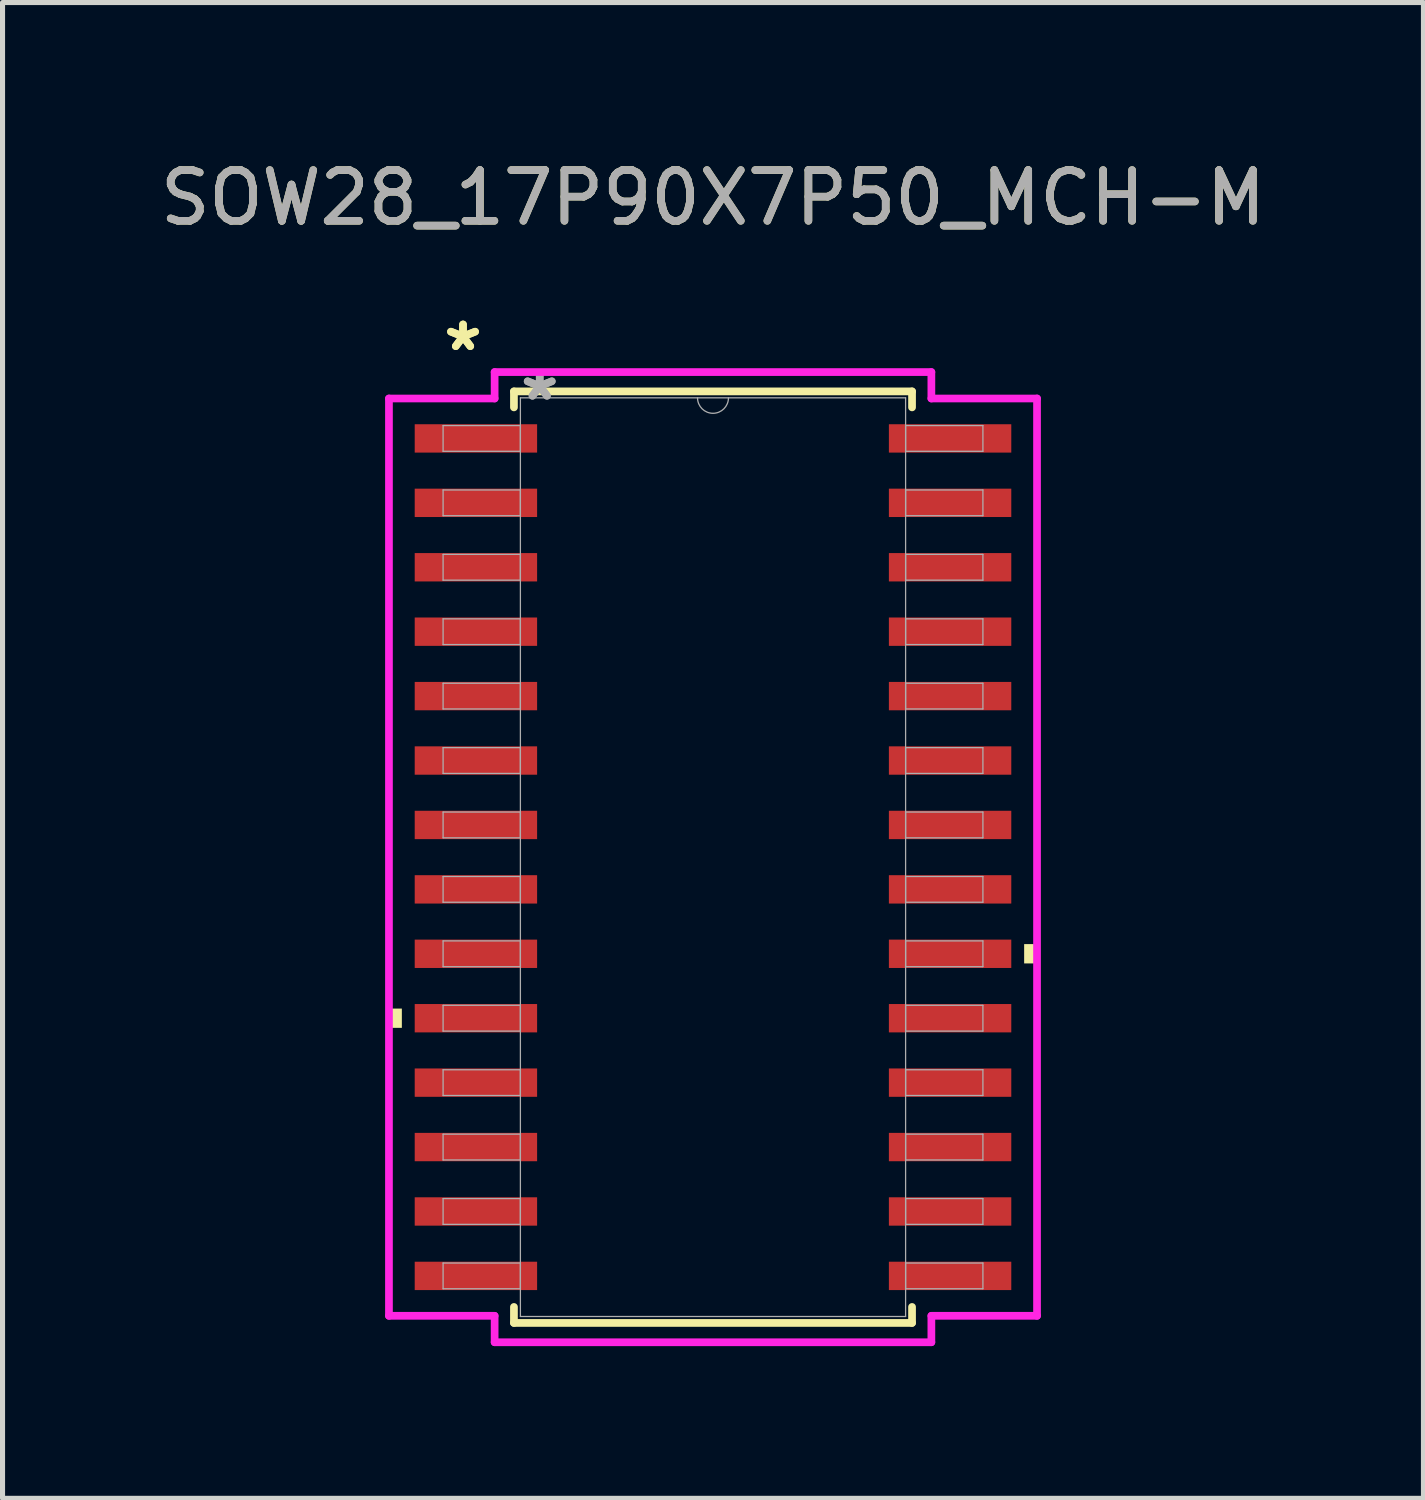
<source format=kicad_pcb>
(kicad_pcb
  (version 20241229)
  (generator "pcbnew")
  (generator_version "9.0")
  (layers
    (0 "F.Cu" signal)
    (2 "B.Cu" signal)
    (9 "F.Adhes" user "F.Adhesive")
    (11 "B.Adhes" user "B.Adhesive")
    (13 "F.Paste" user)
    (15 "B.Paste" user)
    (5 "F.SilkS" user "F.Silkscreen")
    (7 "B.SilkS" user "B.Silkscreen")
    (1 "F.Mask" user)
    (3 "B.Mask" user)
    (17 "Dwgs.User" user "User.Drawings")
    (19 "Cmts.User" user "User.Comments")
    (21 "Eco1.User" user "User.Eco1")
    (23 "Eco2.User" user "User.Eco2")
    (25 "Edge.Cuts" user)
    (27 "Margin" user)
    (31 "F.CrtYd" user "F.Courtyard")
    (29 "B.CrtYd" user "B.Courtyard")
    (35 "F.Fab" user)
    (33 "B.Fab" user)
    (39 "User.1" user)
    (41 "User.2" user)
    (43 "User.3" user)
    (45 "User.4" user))
  (footprint "SOW28_17P90X7P50_MCH-M"
    (layer "F.Cu")
    (at 11.006 13.848)
    (property "Reference" "SOW28_17P90X7P50_MCH-M" (at 0 -13 0) (unlocked yes) (layer "F.SilkS") (effects (font (size 1 1) (thickness 0.15))))
    (attr smd)
    (fp_line (start -3.924 -9.182) (end -3.924 -8.867) (stroke (width 0.152) (type solid)) (layer "F.SilkS"))
    (fp_line (start -3.924 8.867) (end -3.924 9.182) (stroke (width 0.152) (type solid)) (layer "F.SilkS"))
    (fp_line (start -3.924 9.182) (end 3.924 9.182) (stroke (width 0.152) (type solid)) (layer "F.SilkS"))
    (fp_line (start 3.924 -9.182) (end -3.924 -9.182) (stroke (width 0.152) (type solid)) (layer "F.SilkS"))
    (fp_line (start 3.924 -8.867) (end 3.924 -9.182) (stroke (width 0.152) (type solid)) (layer "F.SilkS"))
    (fp_line (start 3.924 9.182) (end 3.924 8.867) (stroke (width 0.152) (type solid)) (layer "F.SilkS"))
    (fp_poly (pts (xy -6.388 2.985) (xy -6.388 3.365) (xy -6.134 3.365) (xy -6.134 2.985)) (stroke (width 0) (type solid)) (fill yes) (layer "F.SilkS"))
    (fp_poly (pts (xy 6.388 1.714) (xy 6.388 2.095) (xy 6.134 2.095) (xy 6.134 1.714)) (stroke (width 0) (type solid)) (fill yes) (layer "F.SilkS"))
    (fp_line (start -6.388 -9.042) (end -4.305 -9.042) (stroke (width 0.152) (type solid)) (layer "F.CrtYd"))
    (fp_line (start -6.388 9.042) (end -6.388 -9.042) (stroke (width 0.152) (type solid)) (layer "F.CrtYd"))
    (fp_line (start -6.388 9.042) (end -4.305 9.042) (stroke (width 0.152) (type solid)) (layer "F.CrtYd"))
    (fp_line (start -4.305 -9.563) (end 4.305 -9.563) (stroke (width 0.152) (type solid)) (layer "F.CrtYd"))
    (fp_line (start -4.305 -9.042) (end -4.305 -9.563) (stroke (width 0.152) (type solid)) (layer "F.CrtYd"))
    (fp_line (start -4.305 9.563) (end -4.305 9.042) (stroke (width 0.152) (type solid)) (layer "F.CrtYd"))
    (fp_line (start 4.305 -9.563) (end 4.305 -9.042) (stroke (width 0.152) (type solid)) (layer "F.CrtYd"))
    (fp_line (start 4.305 9.042) (end 4.305 9.563) (stroke (width 0.152) (type solid)) (layer "F.CrtYd"))
    (fp_line (start 4.305 9.563) (end -4.305 9.563) (stroke (width 0.152) (type solid)) (layer "F.CrtYd"))
    (fp_line (start 6.388 -9.042) (end 4.305 -9.042) (stroke (width 0.152) (type solid)) (layer "F.CrtYd"))
    (fp_line (start 6.388 -9.042) (end 6.388 9.042) (stroke (width 0.152) (type solid)) (layer "F.CrtYd"))
    (fp_line (start 6.388 9.042) (end 4.305 9.042) (stroke (width 0.152) (type solid)) (layer "F.CrtYd"))
    (fp_line (start -5.321 -8.509) (end -5.321 -8.001) (stroke (width 0.025) (type solid)) (layer "F.Fab"))
    (fp_line (start -5.321 -8.001) (end -3.797 -8.001) (stroke (width 0.025) (type solid)) (layer "F.Fab"))
    (fp_line (start -5.321 -7.239) (end -5.321 -6.731) (stroke (width 0.025) (type solid)) (layer "F.Fab"))
    (fp_line (start -5.321 -6.731) (end -3.797 -6.731) (stroke (width 0.025) (type solid)) (layer "F.Fab"))
    (fp_line (start -5.321 -5.969) (end -5.321 -5.461) (stroke (width 0.025) (type solid)) (layer "F.Fab"))
    (fp_line (start -5.321 -5.461) (end -3.797 -5.461) (stroke (width 0.025) (type solid)) (layer "F.Fab"))
    (fp_line (start -5.321 -4.699) (end -5.321 -4.191) (stroke (width 0.025) (type solid)) (layer "F.Fab"))
    (fp_line (start -5.321 -4.191) (end -3.797 -4.191) (stroke (width 0.025) (type solid)) (layer "F.Fab"))
    (fp_line (start -5.321 -3.429) (end -5.321 -2.921) (stroke (width 0.025) (type solid)) (layer "F.Fab"))
    (fp_line (start -5.321 -2.921) (end -3.797 -2.921) (stroke (width 0.025) (type solid)) (layer "F.Fab"))
    (fp_line (start -5.321 -2.159) (end -5.321 -1.651) (stroke (width 0.025) (type solid)) (layer "F.Fab"))
    (fp_line (start -5.321 -1.651) (end -3.797 -1.651) (stroke (width 0.025) (type solid)) (layer "F.Fab"))
    (fp_line (start -5.321 -0.889) (end -5.321 -0.381) (stroke (width 0.025) (type solid)) (layer "F.Fab"))
    (fp_line (start -5.321 -0.381) (end -3.797 -0.381) (stroke (width 0.025) (type solid)) (layer "F.Fab"))
    (fp_line (start -5.321 0.381) (end -5.321 0.889) (stroke (width 0.025) (type solid)) (layer "F.Fab"))
    (fp_line (start -5.321 0.889) (end -3.797 0.889) (stroke (width 0.025) (type solid)) (layer "F.Fab"))
    (fp_line (start -5.321 1.651) (end -5.321 2.159) (stroke (width 0.025) (type solid)) (layer "F.Fab"))
    (fp_line (start -5.321 2.159) (end -3.797 2.159) (stroke (width 0.025) (type solid)) (layer "F.Fab"))
    (fp_line (start -5.321 2.921) (end -5.321 3.429) (stroke (width 0.025) (type solid)) (layer "F.Fab"))
    (fp_line (start -5.321 3.429) (end -3.797 3.429) (stroke (width 0.025) (type solid)) (layer "F.Fab"))
    (fp_line (start -5.321 4.191) (end -5.321 4.699) (stroke (width 0.025) (type solid)) (layer "F.Fab"))
    (fp_line (start -5.321 4.699) (end -3.797 4.699) (stroke (width 0.025) (type solid)) (layer "F.Fab"))
    (fp_line (start -5.321 5.461) (end -5.321 5.969) (stroke (width 0.025) (type solid)) (layer "F.Fab"))
    (fp_line (start -5.321 5.969) (end -3.797 5.969) (stroke (width 0.025) (type solid)) (layer "F.Fab"))
    (fp_line (start -5.321 6.731) (end -5.321 7.239) (stroke (width 0.025) (type solid)) (layer "F.Fab"))
    (fp_line (start -5.321 7.239) (end -3.797 7.239) (stroke (width 0.025) (type solid)) (layer "F.Fab"))
    (fp_line (start -5.321 8.001) (end -5.321 8.509) (stroke (width 0.025) (type solid)) (layer "F.Fab"))
    (fp_line (start -5.321 8.509) (end -3.797 8.509) (stroke (width 0.025) (type solid)) (layer "F.Fab"))
    (fp_line (start -3.797 -9.055) (end -3.797 9.055) (stroke (width 0.025) (type solid)) (layer "F.Fab"))
    (fp_line (start -3.797 -8.509) (end -5.321 -8.509) (stroke (width 0.025) (type solid)) (layer "F.Fab"))
    (fp_line (start -3.797 -8.001) (end -3.797 -8.509) (stroke (width 0.025) (type solid)) (layer "F.Fab"))
    (fp_line (start -3.797 -7.239) (end -5.321 -7.239) (stroke (width 0.025) (type solid)) (layer "F.Fab"))
    (fp_line (start -3.797 -6.731) (end -3.797 -7.239) (stroke (width 0.025) (type solid)) (layer "F.Fab"))
    (fp_line (start -3.797 -5.969) (end -5.321 -5.969) (stroke (width 0.025) (type solid)) (layer "F.Fab"))
    (fp_line (start -3.797 -5.461) (end -3.797 -5.969) (stroke (width 0.025) (type solid)) (layer "F.Fab"))
    (fp_line (start -3.797 -4.699) (end -5.321 -4.699) (stroke (width 0.025) (type solid)) (layer "F.Fab"))
    (fp_line (start -3.797 -4.191) (end -3.797 -4.699) (stroke (width 0.025) (type solid)) (layer "F.Fab"))
    (fp_line (start -3.797 -3.429) (end -5.321 -3.429) (stroke (width 0.025) (type solid)) (layer "F.Fab"))
    (fp_line (start -3.797 -2.921) (end -3.797 -3.429) (stroke (width 0.025) (type solid)) (layer "F.Fab"))
    (fp_line (start -3.797 -2.159) (end -5.321 -2.159) (stroke (width 0.025) (type solid)) (layer "F.Fab"))
    (fp_line (start -3.797 -1.651) (end -3.797 -2.159) (stroke (width 0.025) (type solid)) (layer "F.Fab"))
    (fp_line (start -3.797 -0.889) (end -5.321 -0.889) (stroke (width 0.025) (type solid)) (layer "F.Fab"))
    (fp_line (start -3.797 -0.381) (end -3.797 -0.889) (stroke (width 0.025) (type solid)) (layer "F.Fab"))
    (fp_line (start -3.797 0.381) (end -5.321 0.381) (stroke (width 0.025) (type solid)) (layer "F.Fab"))
    (fp_line (start -3.797 0.889) (end -3.797 0.381) (stroke (width 0.025) (type solid)) (layer "F.Fab"))
    (fp_line (start -3.797 1.651) (end -5.321 1.651) (stroke (width 0.025) (type solid)) (layer "F.Fab"))
    (fp_line (start -3.797 2.159) (end -3.797 1.651) (stroke (width 0.025) (type solid)) (layer "F.Fab"))
    (fp_line (start -3.797 2.921) (end -5.321 2.921) (stroke (width 0.025) (type solid)) (layer "F.Fab"))
    (fp_line (start -3.797 3.429) (end -3.797 2.921) (stroke (width 0.025) (type solid)) (layer "F.Fab"))
    (fp_line (start -3.797 4.191) (end -5.321 4.191) (stroke (width 0.025) (type solid)) (layer "F.Fab"))
    (fp_line (start -3.797 4.699) (end -3.797 4.191) (stroke (width 0.025) (type solid)) (layer "F.Fab"))
    (fp_line (start -3.797 5.461) (end -5.321 5.461) (stroke (width 0.025) (type solid)) (layer "F.Fab"))
    (fp_line (start -3.797 5.969) (end -3.797 5.461) (stroke (width 0.025) (type solid)) (layer "F.Fab"))
    (fp_line (start -3.797 6.731) (end -5.321 6.731) (stroke (width 0.025) (type solid)) (layer "F.Fab"))
    (fp_line (start -3.797 7.239) (end -3.797 6.731) (stroke (width 0.025) (type solid)) (layer "F.Fab"))
    (fp_line (start -3.797 8.001) (end -5.321 8.001) (stroke (width 0.025) (type solid)) (layer "F.Fab"))
    (fp_line (start -3.797 8.509) (end -3.797 8.001) (stroke (width 0.025) (type solid)) (layer "F.Fab"))
    (fp_line (start -3.797 9.055) (end 3.797 9.055) (stroke (width 0.025) (type solid)) (layer "F.Fab"))
    (fp_line (start 3.797 -9.055) (end -3.797 -9.055) (stroke (width 0.025) (type solid)) (layer "F.Fab"))
    (fp_line (start 3.797 -8.509) (end 3.797 -8.001) (stroke (width 0.025) (type solid)) (layer "F.Fab"))
    (fp_line (start 3.797 -8.001) (end 5.321 -8.001) (stroke (width 0.025) (type solid)) (layer "F.Fab"))
    (fp_line (start 3.797 -7.239) (end 3.797 -6.731) (stroke (width 0.025) (type solid)) (layer "F.Fab"))
    (fp_line (start 3.797 -6.731) (end 5.321 -6.731) (stroke (width 0.025) (type solid)) (layer "F.Fab"))
    (fp_line (start 3.797 -5.969) (end 3.797 -5.461) (stroke (width 0.025) (type solid)) (layer "F.Fab"))
    (fp_line (start 3.797 -5.461) (end 5.321 -5.461) (stroke (width 0.025) (type solid)) (layer "F.Fab"))
    (fp_line (start 3.797 -4.699) (end 3.797 -4.191) (stroke (width 0.025) (type solid)) (layer "F.Fab"))
    (fp_line (start 3.797 -4.191) (end 5.321 -4.191) (stroke (width 0.025) (type solid)) (layer "F.Fab"))
    (fp_line (start 3.797 -3.429) (end 3.797 -2.921) (stroke (width 0.025) (type solid)) (layer "F.Fab"))
    (fp_line (start 3.797 -2.921) (end 5.321 -2.921) (stroke (width 0.025) (type solid)) (layer "F.Fab"))
    (fp_line (start 3.797 -2.159) (end 3.797 -1.651) (stroke (width 0.025) (type solid)) (layer "F.Fab"))
    (fp_line (start 3.797 -1.651) (end 5.321 -1.651) (stroke (width 0.025) (type solid)) (layer "F.Fab"))
    (fp_line (start 3.797 -0.889) (end 3.797 -0.381) (stroke (width 0.025) (type solid)) (layer "F.Fab"))
    (fp_line (start 3.797 -0.381) (end 5.321 -0.381) (stroke (width 0.025) (type solid)) (layer "F.Fab"))
    (fp_line (start 3.797 0.381) (end 3.797 0.889) (stroke (width 0.025) (type solid)) (layer "F.Fab"))
    (fp_line (start 3.797 0.889) (end 5.321 0.889) (stroke (width 0.025) (type solid)) (layer "F.Fab"))
    (fp_line (start 3.797 1.651) (end 3.797 2.159) (stroke (width 0.025) (type solid)) (layer "F.Fab"))
    (fp_line (start 3.797 2.159) (end 5.321 2.159) (stroke (width 0.025) (type solid)) (layer "F.Fab"))
    (fp_line (start 3.797 2.921) (end 3.797 3.429) (stroke (width 0.025) (type solid)) (layer "F.Fab"))
    (fp_line (start 3.797 3.429) (end 5.321 3.429) (stroke (width 0.025) (type solid)) (layer "F.Fab"))
    (fp_line (start 3.797 4.191) (end 3.797 4.699) (stroke (width 0.025) (type solid)) (layer "F.Fab"))
    (fp_line (start 3.797 4.699) (end 5.321 4.699) (stroke (width 0.025) (type solid)) (layer "F.Fab"))
    (fp_line (start 3.797 5.461) (end 3.797 5.969) (stroke (width 0.025) (type solid)) (layer "F.Fab"))
    (fp_line (start 3.797 5.969) (end 5.321 5.969) (stroke (width 0.025) (type solid)) (layer "F.Fab"))
    (fp_line (start 3.797 6.731) (end 3.797 7.239) (stroke (width 0.025) (type solid)) (layer "F.Fab"))
    (fp_line (start 3.797 7.239) (end 5.321 7.239) (stroke (width 0.025) (type solid)) (layer "F.Fab"))
    (fp_line (start 3.797 8.001) (end 3.797 8.509) (stroke (width 0.025) (type solid)) (layer "F.Fab"))
    (fp_line (start 3.797 8.509) (end 5.321 8.509) (stroke (width 0.025) (type solid)) (layer "F.Fab"))
    (fp_line (start 3.797 9.055) (end 3.797 -9.055) (stroke (width 0.025) (type solid)) (layer "F.Fab"))
    (fp_line (start 5.321 -8.509) (end 3.797 -8.509) (stroke (width 0.025) (type solid)) (layer "F.Fab"))
    (fp_line (start 5.321 -8.001) (end 5.321 -8.509) (stroke (width 0.025) (type solid)) (layer "F.Fab"))
    (fp_line (start 5.321 -7.239) (end 3.797 -7.239) (stroke (width 0.025) (type solid)) (layer "F.Fab"))
    (fp_line (start 5.321 -6.731) (end 5.321 -7.239) (stroke (width 0.025) (type solid)) (layer "F.Fab"))
    (fp_line (start 5.321 -5.969) (end 3.797 -5.969) (stroke (width 0.025) (type solid)) (layer "F.Fab"))
    (fp_line (start 5.321 -5.461) (end 5.321 -5.969) (stroke (width 0.025) (type solid)) (layer "F.Fab"))
    (fp_line (start 5.321 -4.699) (end 3.797 -4.699) (stroke (width 0.025) (type solid)) (layer "F.Fab"))
    (fp_line (start 5.321 -4.191) (end 5.321 -4.699) (stroke (width 0.025) (type solid)) (layer "F.Fab"))
    (fp_line (start 5.321 -3.429) (end 3.797 -3.429) (stroke (width 0.025) (type solid)) (layer "F.Fab"))
    (fp_line (start 5.321 -2.921) (end 5.321 -3.429) (stroke (width 0.025) (type solid)) (layer "F.Fab"))
    (fp_line (start 5.321 -2.159) (end 3.797 -2.159) (stroke (width 0.025) (type solid)) (layer "F.Fab"))
    (fp_line (start 5.321 -1.651) (end 5.321 -2.159) (stroke (width 0.025) (type solid)) (layer "F.Fab"))
    (fp_line (start 5.321 -0.889) (end 3.797 -0.889) (stroke (width 0.025) (type solid)) (layer "F.Fab"))
    (fp_line (start 5.321 -0.381) (end 5.321 -0.889) (stroke (width 0.025) (type solid)) (layer "F.Fab"))
    (fp_line (start 5.321 0.381) (end 3.797 0.381) (stroke (width 0.025) (type solid)) (layer "F.Fab"))
    (fp_line (start 5.321 0.889) (end 5.321 0.381) (stroke (width 0.025) (type solid)) (layer "F.Fab"))
    (fp_line (start 5.321 1.651) (end 3.797 1.651) (stroke (width 0.025) (type solid)) (layer "F.Fab"))
    (fp_line (start 5.321 2.159) (end 5.321 1.651) (stroke (width 0.025) (type solid)) (layer "F.Fab"))
    (fp_line (start 5.321 2.921) (end 3.797 2.921) (stroke (width 0.025) (type solid)) (layer "F.Fab"))
    (fp_line (start 5.321 3.429) (end 5.321 2.921) (stroke (width 0.025) (type solid)) (layer "F.Fab"))
    (fp_line (start 5.321 4.191) (end 3.797 4.191) (stroke (width 0.025) (type solid)) (layer "F.Fab"))
    (fp_line (start 5.321 4.699) (end 5.321 4.191) (stroke (width 0.025) (type solid)) (layer "F.Fab"))
    (fp_line (start 5.321 5.461) (end 3.797 5.461) (stroke (width 0.025) (type solid)) (layer "F.Fab"))
    (fp_line (start 5.321 5.969) (end 5.321 5.461) (stroke (width 0.025) (type solid)) (layer "F.Fab"))
    (fp_line (start 5.321 6.731) (end 3.797 6.731) (stroke (width 0.025) (type solid)) (layer "F.Fab"))
    (fp_line (start 5.321 7.239) (end 5.321 6.731) (stroke (width 0.025) (type solid)) (layer "F.Fab"))
    (fp_line (start 5.321 8.001) (end 3.797 8.001) (stroke (width 0.025) (type solid)) (layer "F.Fab"))
    (fp_line (start 5.321 8.509) (end 5.321 8.001) (stroke (width 0.025) (type solid)) (layer "F.Fab"))
    (fp_arc (start 0.3048 -9.0551) (mid 0 -8.7503) (end -0.3048 -9.0551) (stroke (width 0.0254) (type solid)) (layer "F.Fab"))
    (fp_text user "*" (at -4.928 -9.957 0) (layer "F.SilkS") (effects (font (size 1 1) (thickness 0.15))))
    (fp_text user "*" (at -4.928 -9.957 0) (unlocked yes) (layer "F.SilkS") (effects (font (size 1 1) (thickness 0.15))))
    (fp_text user "*" (at -3.416 -8.979 0) (layer "F.Fab") (effects (font (size 1 1) (thickness 0.15))))
    (fp_text user "${REFERENCE}" (at 0 -13 0) (unlocked yes) (layer "F.Fab") (effects (font (size 1 1) (thickness 0.15))))
    (fp_text user "*" (at -3.416 -8.979 0) (unlocked yes) (layer "F.Fab") (effects (font (size 1 1) (thickness 0.15))))
    (pad "1" smd rect (at -4.674 -8.255) (size 2.413 0.559) (layers "F.Cu" "F.Mask" "F.Paste"))
    (pad "2" smd rect (at -4.674 -6.985) (size 2.413 0.559) (layers "F.Cu" "F.Mask" "F.Paste"))
    (pad "3" smd rect (at -4.674 -5.715) (size 2.413 0.559) (layers "F.Cu" "F.Mask" "F.Paste"))
    (pad "4" smd rect (at -4.674 -4.445) (size 2.413 0.559) (layers "F.Cu" "F.Mask" "F.Paste"))
    (pad "5" smd rect (at -4.674 -3.175) (size 2.413 0.559) (layers "F.Cu" "F.Mask" "F.Paste"))
    (pad "6" smd rect (at -4.674 -1.905) (size 2.413 0.559) (layers "F.Cu" "F.Mask" "F.Paste"))
    (pad "7" smd rect (at -4.674 -0.635) (size 2.413 0.559) (layers "F.Cu" "F.Mask" "F.Paste"))
    (pad "8" smd rect (at -4.674 0.635) (size 2.413 0.559) (layers "F.Cu" "F.Mask" "F.Paste"))
    (pad "9" smd rect (at -4.674 1.905) (size 2.413 0.559) (layers "F.Cu" "F.Mask" "F.Paste"))
    (pad "10" smd rect (at -4.674 3.175) (size 2.413 0.559) (layers "F.Cu" "F.Mask" "F.Paste"))
    (pad "11" smd rect (at -4.674 4.445) (size 2.413 0.559) (layers "F.Cu" "F.Mask" "F.Paste"))
    (pad "12" smd rect (at -4.674 5.715) (size 2.413 0.559) (layers "F.Cu" "F.Mask" "F.Paste"))
    (pad "13" smd rect (at -4.674 6.985) (size 2.413 0.559) (layers "F.Cu" "F.Mask" "F.Paste"))
    (pad "14" smd rect (at -4.674 8.255) (size 2.413 0.559) (layers "F.Cu" "F.Mask" "F.Paste"))
    (pad "15" smd rect (at 4.674 8.255) (size 2.413 0.559) (layers "F.Cu" "F.Mask" "F.Paste"))
    (pad "16" smd rect (at 4.674 6.985) (size 2.413 0.559) (layers "F.Cu" "F.Mask" "F.Paste"))
    (pad "17" smd rect (at 4.674 5.715) (size 2.413 0.559) (layers "F.Cu" "F.Mask" "F.Paste"))
    (pad "18" smd rect (at 4.674 4.445) (size 2.413 0.559) (layers "F.Cu" "F.Mask" "F.Paste"))
    (pad "19" smd rect (at 4.674 3.175) (size 2.413 0.559) (layers "F.Cu" "F.Mask" "F.Paste"))
    (pad "20" smd rect (at 4.674 1.905) (size 2.413 0.559) (layers "F.Cu" "F.Mask" "F.Paste"))
    (pad "21" smd rect (at 4.674 0.635) (size 2.413 0.559) (layers "F.Cu" "F.Mask" "F.Paste"))
    (pad "22" smd rect (at 4.674 -0.635) (size 2.413 0.559) (layers "F.Cu" "F.Mask" "F.Paste"))
    (pad "23" smd rect (at 4.674 -1.905) (size 2.413 0.559) (layers "F.Cu" "F.Mask" "F.Paste"))
    (pad "24" smd rect (at 4.674 -3.175) (size 2.413 0.559) (layers "F.Cu" "F.Mask" "F.Paste"))
    (pad "25" smd rect (at 4.674 -4.445) (size 2.413 0.559) (layers "F.Cu" "F.Mask" "F.Paste"))
    (pad "26" smd rect (at 4.674 -5.715) (size 2.413 0.559) (layers "F.Cu" "F.Mask" "F.Paste"))
    (pad "27" smd rect (at 4.674 -6.985) (size 2.413 0.559) (layers "F.Cu" "F.Mask" "F.Paste"))
    (pad "28" smd rect (at 4.674 -8.255) (size 2.413 0.559) (layers "F.Cu" "F.Mask" "F.Paste")))
  (gr_rect
    (start -3 -3)
    (end 25.012 26.488)
    (stroke (width 0.1) (type default))
    (fill no)
    (layer "Edge.Cuts")))
</source>
